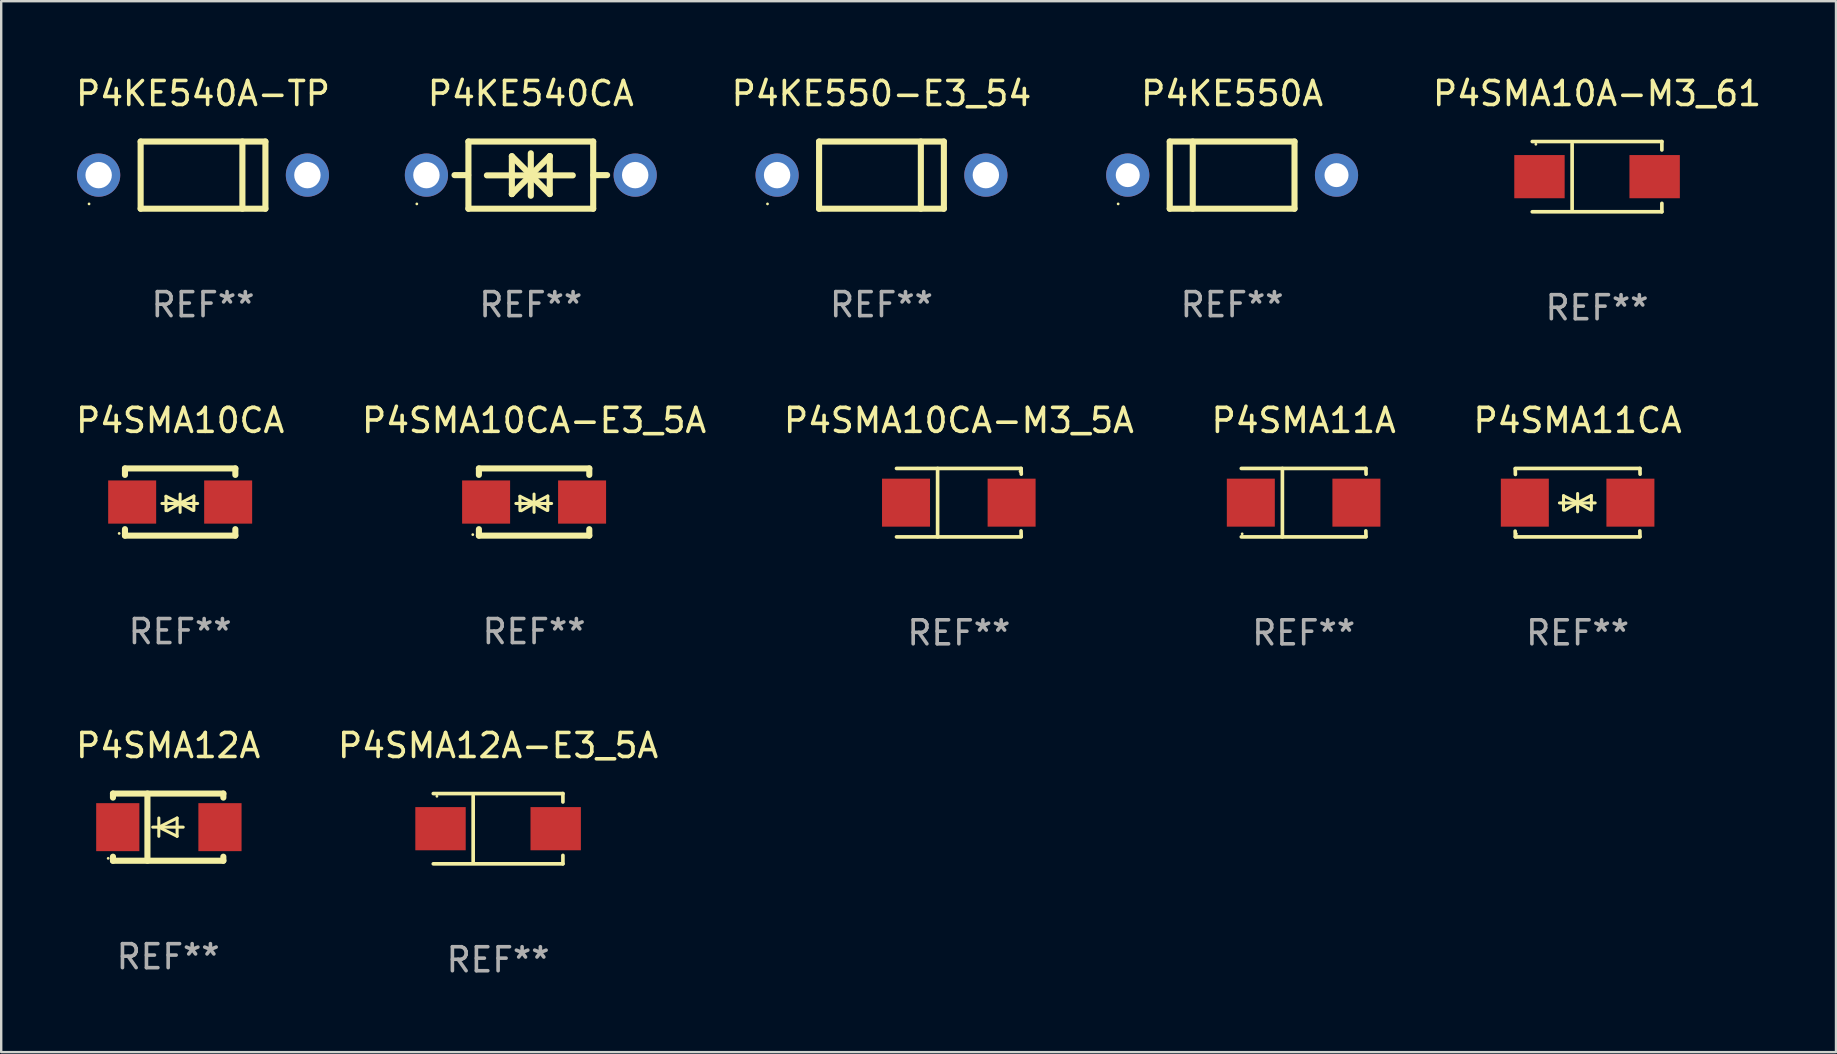
<source format=kicad_pcb>
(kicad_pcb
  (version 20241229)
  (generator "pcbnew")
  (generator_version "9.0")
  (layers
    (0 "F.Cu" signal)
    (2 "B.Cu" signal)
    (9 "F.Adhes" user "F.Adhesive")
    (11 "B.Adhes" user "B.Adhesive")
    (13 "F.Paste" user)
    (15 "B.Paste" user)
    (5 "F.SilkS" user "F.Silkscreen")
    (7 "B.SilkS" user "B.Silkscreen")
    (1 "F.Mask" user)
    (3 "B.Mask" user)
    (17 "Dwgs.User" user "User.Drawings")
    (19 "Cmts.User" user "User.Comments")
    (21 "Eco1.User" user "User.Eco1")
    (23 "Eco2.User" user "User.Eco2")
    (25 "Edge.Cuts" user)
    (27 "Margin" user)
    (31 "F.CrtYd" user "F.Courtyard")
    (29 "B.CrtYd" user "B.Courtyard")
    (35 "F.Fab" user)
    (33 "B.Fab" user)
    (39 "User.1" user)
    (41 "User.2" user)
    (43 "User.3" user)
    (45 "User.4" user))
  (footprint "P4SMA10CA-E3_5A"
    (layer "F.Cu")
    (at 19.208 17.872)
    (property "Reference" "P4SMA10CA-E3_5A" (at 0 -3.4 0) (layer "F.SilkS") (effects (font (size 1 1) (thickness 0.15))))
    (attr through_hole)
    (fp_line (start -2.3 -1.4) (end -2.3 -1.131) (stroke (width 0.254) (type solid)) (layer "F.SilkS"))
    (fp_line (start -2.3 -1.4) (end 2.3 -1.4) (stroke (width 0.254) (type solid)) (layer "F.SilkS"))
    (fp_line (start -2.3 1.131) (end -2.3 1.4) (stroke (width 0.254) (type solid)) (layer "F.SilkS"))
    (fp_line (start -2.3 1.4) (end 2.3 1.4) (stroke (width 0.254) (type solid)) (layer "F.SilkS"))
    (fp_line (start -0.76 0.06) (end 0.73 0.06) (stroke (width 0.127) (type solid)) (layer "F.SilkS"))
    (fp_line (start -0.59 -0.24) (end -0.59 0.36) (stroke (width 0.127) (type solid)) (layer "F.SilkS"))
    (fp_line (start -0.59 -0.24) (end -0.002 0.049) (stroke (width 0.127) (type solid)) (layer "F.SilkS"))
    (fp_line (start -0.53 0.36) (end -0.002 0.049) (stroke (width 0.127) (type solid)) (layer "F.SilkS"))
    (fp_line (start -0.002 0.049) (end -0.002 -0.332) (stroke (width 0.127) (type solid)) (layer "F.SilkS"))
    (fp_line (start -0.002 0.049) (end -0.002 0.43) (stroke (width 0.127) (type solid)) (layer "F.SilkS"))
    (fp_line (start 0.54 0.35) (end -0.002 0.049) (stroke (width 0.127) (type solid)) (layer "F.SilkS"))
    (fp_line (start 0.57 -0.25) (end -0.002 0.049) (stroke (width 0.127) (type solid)) (layer "F.SilkS"))
    (fp_line (start 0.57 -0.25) (end 0.57 0.35) (stroke (width 0.127) (type solid)) (layer "F.SilkS"))
    (fp_line (start 2.3 -1.4) (end 2.3 -1.131) (stroke (width 0.254) (type solid)) (layer "F.SilkS"))
    (fp_line (start 2.3 1.131) (end 2.3 1.4) (stroke (width 0.254) (type solid)) (layer "F.SilkS"))
    (fp_circle (center -2.555 1.358) (end -2.525 1.358) (stroke (width 0.06) (type solid)) (fill no) (layer "F.SilkS"))
    (fp_text user "REF**" (at 0 5.4 0) (layer "F.Fab") (effects (font (size 1 1) (thickness 0.15))))
    (pad "1" smd rect (at -2 -0.000025) (size 2 1.8) (layers "F.Cu" "F.Mask" "F.Paste"))
    (pad "2" smd rect (at 2 -0.000025) (size 2 1.8) (layers "F.Cu" "F.Mask" "F.Paste")))
  (footprint "P4SMA10A-M3_61"
    (layer "F.Cu")
    (at 63.506 4.312)
    (property "Reference" "P4SMA10A-M3_61" (at 0 -3.464 0) (layer "F.SilkS") (effects (font (size 1 1) (thickness 0.15))))
    (attr through_hole)
    (fp_line (start -2.701 -1.464) (end 2.701 -1.464) (stroke (width 0.152) (type solid)) (layer "F.SilkS"))
    (fp_line (start -2.701 1.464) (end 2.701 1.464) (stroke (width 0.152) (type solid)) (layer "F.SilkS"))
    (fp_line (start -1.039 -1.364) (end -1.039 1.364) (stroke (width 0.152) (type solid)) (layer "F.SilkS"))
    (fp_line (start 2.701 -1.464) (end 2.701 -1.113) (stroke (width 0.152) (type solid)) (layer "F.SilkS"))
    (fp_line (start 2.701 1.464) (end 2.701 1.113) (stroke (width 0.152) (type solid)) (layer "F.SilkS"))
    (fp_circle (center -2.55 -1.35) (end -2.52 -1.35) (stroke (width 0.06) (type solid)) (fill no) (layer "F.SilkS"))
    (fp_text user "REF**" (at 0 5.464 0) (layer "F.Fab") (effects (font (size 1 1) (thickness 0.15))))
    (pad "1" smd rect (at -2.4 0) (size 2.1 1.8) (layers "F.Cu" "F.Mask" "F.Paste"))
    (pad "2" smd rect (at 2.4 0) (size 2.1 1.8) (layers "F.Cu" "F.Mask" "F.Paste")))
  (footprint "P4SMA12A-E3_5A"
    (layer "F.Cu")
    (at 17.708 31.485)
    (property "Reference" "P4SMA12A-E3_5A" (at 0 -3.464 0) (layer "F.SilkS") (effects (font (size 1 1) (thickness 0.15))))
    (attr through_hole)
    (fp_line (start -2.701 -1.464) (end 2.701 -1.464) (stroke (width 0.152) (type solid)) (layer "F.SilkS"))
    (fp_line (start -2.701 1.464) (end 2.701 1.464) (stroke (width 0.152) (type solid)) (layer "F.SilkS"))
    (fp_line (start -1.039 -1.364) (end -1.039 1.364) (stroke (width 0.152) (type solid)) (layer "F.SilkS"))
    (fp_line (start 2.701 -1.464) (end 2.701 -1.113) (stroke (width 0.152) (type solid)) (layer "F.SilkS"))
    (fp_line (start 2.701 1.464) (end 2.701 1.113) (stroke (width 0.152) (type solid)) (layer "F.SilkS"))
    (fp_circle (center -2.55 -1.35) (end -2.52 -1.35) (stroke (width 0.06) (type solid)) (fill no) (layer "F.SilkS"))
    (fp_text user "REF**" (at 0 5.464 0) (layer "F.Fab") (effects (font (size 1 1) (thickness 0.15))))
    (pad "1" smd rect (at -2.4 0) (size 2.1 1.8) (layers "F.Cu" "F.Mask" "F.Paste"))
    (pad "2" smd rect (at 2.4 0) (size 2.1 1.8) (layers "F.Cu" "F.Mask" "F.Paste")))
  (footprint "P4SMA11A"
    (layer "F.Cu")
    (at 51.28 17.898)
    (property "Reference" "P4SMA11A" (at 0 -3.426 0) (layer "F.SilkS") (effects (font (size 1 1) (thickness 0.15))))
    (attr through_hole)
    (fp_line (start -2.6 -1.426) (end 2.593 -1.426) (stroke (width 0.152) (type solid)) (layer "F.SilkS"))
    (fp_line (start -2.6 1.426) (end 2.593 1.426) (stroke (width 0.152) (type solid)) (layer "F.SilkS"))
    (fp_line (start -0.887 -1.426) (end -0.887 1.426) (stroke (width 0.152) (type solid)) (layer "F.SilkS"))
    (fp_line (start 2.59 1.176) (end 2.597 1.415) (stroke (width 0.152) (type solid)) (layer "F.SilkS"))
    (fp_line (start 2.593 -1.426) (end 2.6 -1.187) (stroke (width 0.152) (type solid)) (layer "F.SilkS"))
    (fp_circle (center -2.563 1.3) (end -2.533 1.3) (stroke (width 0.06) (type solid)) (fill no) (layer "F.SilkS"))
    (fp_text user "REF**" (at 0 5.426 0) (layer "F.Fab") (effects (font (size 1 1) (thickness 0.15))))
    (pad "1" smd rect (at -2.203 -0.000025 180) (size 2 2) (layers "F.Cu" "F.Mask" "F.Paste"))
    (pad "2" smd rect (at 2.197 -0.000025 180) (size 2 2) (layers "F.Cu" "F.Mask" "F.Paste")))
  (footprint "P4SMA11CA"
    (layer "F.Cu")
    (at 62.696 17.898)
    (property "Reference" "P4SMA11CA" (at 0 -3.426 0) (layer "F.SilkS") (effects (font (size 1 1) (thickness 0.15))))
    (attr through_hole)
    (fp_line (start -2.596 -1.426) (end 2.596 -1.426) (stroke (width 0.152) (type solid)) (layer "F.SilkS"))
    (fp_line (start -2.596 1.426) (end -2.603 1.187) (stroke (width 0.152) (type solid)) (layer "F.SilkS"))
    (fp_line (start -2.596 1.426) (end 2.596 1.426) (stroke (width 0.152) (type solid)) (layer "F.SilkS"))
    (fp_line (start -2.593 -1.176) (end -2.6 -1.415) (stroke (width 0.152) (type solid)) (layer "F.SilkS"))
    (fp_line (start -0.758 0.011) (end 0.732 0.011) (stroke (width 0.127) (type solid)) (layer "F.SilkS"))
    (fp_line (start -0.588 -0.289) (end -0.588 0.311) (stroke (width 0.127) (type solid)) (layer "F.SilkS"))
    (fp_line (start -0.588 -0.289) (end 0 0) (stroke (width 0.127) (type solid)) (layer "F.SilkS"))
    (fp_line (start -0.528 0.311) (end 0 0) (stroke (width 0.127) (type solid)) (layer "F.SilkS"))
    (fp_line (start 0 0) (end 0 -0.381) (stroke (width 0.127) (type solid)) (layer "F.SilkS"))
    (fp_line (start 0 0) (end 0 0.381) (stroke (width 0.127) (type solid)) (layer "F.SilkS"))
    (fp_line (start 0.542 0.301) (end 0 0) (stroke (width 0.127) (type solid)) (layer "F.SilkS"))
    (fp_line (start 0.572 -0.299) (end 0 0) (stroke (width 0.127) (type solid)) (layer "F.SilkS"))
    (fp_line (start 0.572 -0.299) (end 0.572 0.301) (stroke (width 0.127) (type solid)) (layer "F.SilkS"))
    (fp_line (start 2.593 1.176) (end 2.6 1.415) (stroke (width 0.152) (type solid)) (layer "F.SilkS"))
    (fp_line (start 2.596 -1.426) (end 2.603 -1.187) (stroke (width 0.152) (type solid)) (layer "F.SilkS"))
    (fp_circle (center -2.55 1.3) (end -2.52 1.3) (stroke (width 0.06) (type solid)) (fill no) (layer "F.SilkS"))
    (fp_text user "REF**" (at 0 5.426 0) (layer "F.Fab") (effects (font (size 1 1) (thickness 0.15))))
    (pad "1" smd rect (at -2.2 0 180) (size 2 2) (layers "F.Cu" "F.Mask" "F.Paste"))
    (pad "2" smd rect (at 2.2 0 180) (size 2 2) (layers "F.Cu" "F.Mask" "F.Paste")))
  (footprint "P4KE540CA"
    (layer "F.Cu")
    (at 19.071 4.248)
    (property "Reference" "P4KE540CA" (at 0 -3.4 0) (layer "F.SilkS") (effects (font (size 1 1) (thickness 0.15))))
    (attr through_hole)
    (fp_line (start -2.61 0) (end -3.18 0) (stroke (width 0.254) (type solid)) (layer "F.SilkS"))
    (fp_line (start -2.6 1.4) (end -2.6 -1.4) (stroke (width 0.254) (type solid)) (layer "F.SilkS"))
    (fp_line (start -1.83 0.01) (end 1.75 0.01) (stroke (width 0.254) (type solid)) (layer "F.SilkS"))
    (fp_line (start -0.79 -0.79) (end -0.79 0.79) (stroke (width 0.254) (type solid)) (layer "F.SilkS"))
    (fp_line (start -0.79 0.79) (end -0.79 0.79) (stroke (width 0.254) (type solid)) (layer "F.SilkS"))
    (fp_line (start -0.79 0.79) (end 0.000025 0) (stroke (width 0.254) (type solid)) (layer "F.SilkS"))
    (fp_line (start 0 -0.91) (end 0 0.86) (stroke (width 0.254) (type solid)) (layer "F.SilkS"))
    (fp_line (start 0.000025 0) (end -0.79 -0.79) (stroke (width 0.254) (type solid)) (layer "F.SilkS"))
    (fp_line (start 0.000025 0) (end 0.79 0.79) (stroke (width 0.254) (type solid)) (layer "F.SilkS"))
    (fp_line (start 0.79 -0.79) (end 0.000025 0) (stroke (width 0.254) (type solid)) (layer "F.SilkS"))
    (fp_line (start 0.79 -0.79) (end 0.79 -0.79) (stroke (width 0.254) (type solid)) (layer "F.SilkS"))
    (fp_line (start 0.79 0.79) (end 0.79 -0.79) (stroke (width 0.254) (type solid)) (layer "F.SilkS"))
    (fp_line (start 2.6 -1.4) (end -2.6 -1.4) (stroke (width 0.254) (type solid)) (layer "F.SilkS"))
    (fp_line (start 2.6 1.4) (end -2.6 1.4) (stroke (width 0.254) (type solid)) (layer "F.SilkS"))
    (fp_line (start 2.6 1.4) (end 2.6 -1.4) (stroke (width 0.254) (type solid)) (layer "F.SilkS"))
    (fp_line (start 2.61 0) (end 3.18 0) (stroke (width 0.254) (type solid)) (layer "F.SilkS"))
    (fp_circle (center -4.75 1.2) (end -4.72 1.2) (stroke (width 0.06) (type solid)) (fill no) (layer "F.SilkS"))
    (fp_text user "REF**" (at 0 5.4 0) (layer "F.Fab") (effects (font (size 1 1) (thickness 0.15))))
    (pad "1" thru_hole circle (at -4.35 0) (size 1.8 1.8) (drill 1.1) (layers "*.Cu" "*.Mask"))
    (pad "2" thru_hole circle (at 4.35 0) (size 1.8 1.8) (drill 1.1) (layers "*.Cu" "*.Mask")))
  (footprint "P4SMA10CA"
    (layer "F.Cu")
    (at 4.458 17.872)
    (property "Reference" "P4SMA10CA" (at 0 -3.4 0) (layer "F.SilkS") (effects (font (size 1 1) (thickness 0.15))))
    (attr through_hole)
    (fp_line (start -2.3 -1.4) (end -2.3 -1.131) (stroke (width 0.254) (type solid)) (layer "F.SilkS"))
    (fp_line (start -2.3 -1.4) (end 2.3 -1.4) (stroke (width 0.254) (type solid)) (layer "F.SilkS"))
    (fp_line (start -2.3 1.131) (end -2.3 1.4) (stroke (width 0.254) (type solid)) (layer "F.SilkS"))
    (fp_line (start -2.3 1.4) (end 2.3 1.4) (stroke (width 0.254) (type solid)) (layer "F.SilkS"))
    (fp_line (start -0.76 0.06) (end 0.73 0.06) (stroke (width 0.127) (type solid)) (layer "F.SilkS"))
    (fp_line (start -0.59 -0.24) (end -0.59 0.36) (stroke (width 0.127) (type solid)) (layer "F.SilkS"))
    (fp_line (start -0.59 -0.24) (end -0.002 0.049) (stroke (width 0.127) (type solid)) (layer "F.SilkS"))
    (fp_line (start -0.53 0.36) (end -0.002 0.049) (stroke (width 0.127) (type solid)) (layer "F.SilkS"))
    (fp_line (start -0.002 0.049) (end -0.002 -0.332) (stroke (width 0.127) (type solid)) (layer "F.SilkS"))
    (fp_line (start -0.002 0.049) (end -0.002 0.43) (stroke (width 0.127) (type solid)) (layer "F.SilkS"))
    (fp_line (start 0.54 0.35) (end -0.002 0.049) (stroke (width 0.127) (type solid)) (layer "F.SilkS"))
    (fp_line (start 0.57 -0.25) (end -0.002 0.049) (stroke (width 0.127) (type solid)) (layer "F.SilkS"))
    (fp_line (start 0.57 -0.25) (end 0.57 0.35) (stroke (width 0.127) (type solid)) (layer "F.SilkS"))
    (fp_line (start 2.3 -1.4) (end 2.3 -1.131) (stroke (width 0.254) (type solid)) (layer "F.SilkS"))
    (fp_line (start 2.3 1.131) (end 2.3 1.4) (stroke (width 0.254) (type solid)) (layer "F.SilkS"))
    (fp_circle (center -2.542 1.308) (end -2.512 1.308) (stroke (width 0.06) (type solid)) (fill no) (layer "F.SilkS"))
    (fp_text user "REF**" (at 0 5.4 0) (layer "F.Fab") (effects (font (size 1 1) (thickness 0.15))))
    (pad "1" smd rect (at -2 0) (size 2 1.8) (layers "F.Cu" "F.Mask" "F.Paste"))
    (pad "2" smd rect (at 2 0) (size 2 1.8) (layers "F.Cu" "F.Mask" "F.Paste")))
  (footprint "P4SMA10CA-M3_5A"
    (layer "F.Cu")
    (at 36.911 17.898)
    (property "Reference" "P4SMA10CA-M3_5A" (at 0 -3.426 0) (layer "F.SilkS") (effects (font (size 1 1) (thickness 0.15))))
    (attr through_hole)
    (fp_line (start -2.6 -1.426) (end 2.593 -1.426) (stroke (width 0.152) (type solid)) (layer "F.SilkS"))
    (fp_line (start -2.6 1.426) (end 2.593 1.426) (stroke (width 0.152) (type solid)) (layer "F.SilkS"))
    (fp_line (start -0.887 -1.426) (end -0.887 1.426) (stroke (width 0.152) (type solid)) (layer "F.SilkS"))
    (fp_line (start 2.59 1.176) (end 2.597 1.415) (stroke (width 0.152) (type solid)) (layer "F.SilkS"))
    (fp_line (start 2.593 -1.426) (end 2.6 -1.187) (stroke (width 0.152) (type solid)) (layer "F.SilkS"))
    (fp_circle (center 2.547 -1.3) (end 2.577 -1.3) (stroke (width 0.06) (type solid)) (fill no) (layer "F.SilkS"))
    (fp_text user "REF**" (at 0 5.426 0) (layer "F.Fab") (effects (font (size 1 1) (thickness 0.15))))
    (pad "1" smd rect (at 2.197 -0.000025 180) (size 2 2) (layers "F.Cu" "F.Mask" "F.Paste"))
    (pad "2" smd rect (at -2.203 -0.000025 180) (size 2 2) (layers "F.Cu" "F.Mask" "F.Paste")))
  (footprint "P4KE550-E3_54"
    (layer "F.Cu")
    (at 33.685 4.248)
    (property "Reference" "P4KE550-E3_54" (at 0 -3.4 0) (layer "F.SilkS") (effects (font (size 1 1) (thickness 0.15))))
    (attr through_hole)
    (fp_line (start -2.6 1.4) (end -2.6 -1.4) (stroke (width 0.254) (type solid)) (layer "F.SilkS"))
    (fp_line (start 1.641 1.4) (end 1.641 -1.4) (stroke (width 0.254) (type solid)) (layer "F.SilkS"))
    (fp_line (start 2.6 -1.4) (end -2.6 -1.4) (stroke (width 0.254) (type solid)) (layer "F.SilkS"))
    (fp_line (start 2.6 1.4) (end -2.6 1.4) (stroke (width 0.254) (type solid)) (layer "F.SilkS"))
    (fp_line (start 2.6 1.4) (end 2.6 -1.4) (stroke (width 0.254) (type solid)) (layer "F.SilkS"))
    (fp_circle (center -4.75 1.2) (end -4.72 1.2) (stroke (width 0.06) (type solid)) (fill no) (layer "F.SilkS"))
    (fp_text user "REF**" (at 0 5.4 0) (layer "F.Fab") (effects (font (size 1 1) (thickness 0.15))))
    (pad "1" thru_hole circle (at -4.35 0) (size 1.8 1.8) (drill 1.1) (layers "*.Cu" "*.Mask"))
    (pad "2" thru_hole circle (at 4.35 0) (size 1.8 1.8) (drill 1.1) (layers "*.Cu" "*.Mask")))
  (footprint "P4KE540A-TP"
    (layer "F.Cu")
    (at 5.411 4.248)
    (property "Reference" "P4KE540A-TP" (at 0 -3.4 0) (layer "F.SilkS") (effects (font (size 1 1) (thickness 0.15))))
    (attr through_hole)
    (fp_line (start -2.6 1.4) (end -2.6 -1.4) (stroke (width 0.254) (type solid)) (layer "F.SilkS"))
    (fp_line (start 1.641 1.4) (end 1.641 -1.4) (stroke (width 0.254) (type solid)) (layer "F.SilkS"))
    (fp_line (start 2.6 -1.4) (end -2.6 -1.4) (stroke (width 0.254) (type solid)) (layer "F.SilkS"))
    (fp_line (start 2.6 1.4) (end -2.6 1.4) (stroke (width 0.254) (type solid)) (layer "F.SilkS"))
    (fp_line (start 2.6 1.4) (end 2.6 -1.4) (stroke (width 0.254) (type solid)) (layer "F.SilkS"))
    (fp_circle (center -4.75 1.2) (end -4.72 1.2) (stroke (width 0.06) (type solid)) (fill no) (layer "F.SilkS"))
    (fp_text user "REF**" (at 0 5.4 0) (layer "F.Fab") (effects (font (size 1 1) (thickness 0.15))))
    (pad "1" thru_hole circle (at -4.35 0) (size 1.8 1.8) (drill 1.1) (layers "*.Cu" "*.Mask"))
    (pad "2" thru_hole circle (at 4.35 0) (size 1.8 1.8) (drill 1.1) (layers "*.Cu" "*.Mask")))
  (footprint "P4KE550A"
    (layer "F.Cu")
    (at 48.298 4.248)
    (property "Reference" "P4KE550A" (at 0 -3.4 0) (layer "F.SilkS") (effects (font (size 1 1) (thickness 0.15))))
    (attr through_hole)
    (fp_line (start -2.6 -1.4) (end -2.6 1.4) (stroke (width 0.254) (type solid)) (layer "F.SilkS"))
    (fp_line (start -2.6 -1.4) (end 2.6 -1.4) (stroke (width 0.254) (type solid)) (layer "F.SilkS"))
    (fp_line (start -2.6 1.4) (end 2.6 1.4) (stroke (width 0.254) (type solid)) (layer "F.SilkS"))
    (fp_line (start -1.641 -1.4) (end -1.641 1.4) (stroke (width 0.254) (type solid)) (layer "F.SilkS"))
    (fp_line (start 2.6 -1.4) (end 2.6 1.4) (stroke (width 0.254) (type solid)) (layer "F.SilkS"))
    (fp_circle (center -4.75 1.2) (end -4.72 1.2) (stroke (width 0.06) (type solid)) (fill no) (layer "F.SilkS"))
    (fp_text user "REF**" (at 0 5.4 0) (layer "F.Fab") (effects (font (size 1 1) (thickness 0.15))))
    (pad "1" thru_hole circle (at -4.35 0) (size 1.8 1.8) (drill 1) (layers "*.Cu" "*.Mask"))
    (pad "2" thru_hole circle (at 4.35 0) (size 1.8 1.8) (drill 1) (layers "*.Cu" "*.Mask")))
  (footprint "P4SMA12A"
    (layer "F.Cu")
    (at 3.958 31.421)
    (property "Reference" "P4SMA12A" (at 0 -3.4 0) (layer "F.SilkS") (effects (font (size 1 1) (thickness 0.15))))
    (attr through_hole)
    (fp_line (start -2.3 -1.4) (end -2.3 -1.231) (stroke (width 0.254) (type solid)) (layer "F.SilkS"))
    (fp_line (start -2.3 -1.4) (end 2.3 -1.4) (stroke (width 0.254) (type solid)) (layer "F.SilkS"))
    (fp_line (start -2.3 1.231) (end -2.3 1.4) (stroke (width 0.254) (type solid)) (layer "F.SilkS"))
    (fp_line (start -2.3 1.4) (end 2.3 1.4) (stroke (width 0.254) (type solid)) (layer "F.SilkS"))
    (fp_line (start -0.864 1.4) (end -0.864 -1.4) (stroke (width 0.254) (type solid)) (layer "F.SilkS"))
    (fp_line (start -0.389 0) (end -0.389 -0.381) (stroke (width 0.127) (type solid)) (layer "F.SilkS"))
    (fp_line (start -0.389 0) (end -0.389 0.381) (stroke (width 0.127) (type solid)) (layer "F.SilkS"))
    (fp_line (start 0.373 -0.381) (end -0.389 0) (stroke (width 0.127) (type solid)) (layer "F.SilkS"))
    (fp_line (start 0.373 0) (end 0.373 -0.381) (stroke (width 0.127) (type solid)) (layer "F.SilkS"))
    (fp_line (start 0.373 0) (end 0.373 0.381) (stroke (width 0.127) (type solid)) (layer "F.SilkS"))
    (fp_line (start 0.373 0.381) (end -0.389 0) (stroke (width 0.127) (type solid)) (layer "F.SilkS"))
    (fp_line (start 0.627 0) (end -0.643 0) (stroke (width 0.127) (type solid)) (layer "F.SilkS"))
    (fp_line (start 2.3 -1.4) (end 2.3 -1.231) (stroke (width 0.254) (type solid)) (layer "F.SilkS"))
    (fp_line (start 2.3 1.231) (end 2.3 1.4) (stroke (width 0.254) (type solid)) (layer "F.SilkS"))
    (fp_circle (center -2.5 1.3) (end -2.47 1.3) (stroke (width 0.06) (type solid)) (fill no) (layer "F.SilkS"))
    (fp_text user "REF**" (at 0 5.4 0) (layer "F.Fab") (effects (font (size 1 1) (thickness 0.15))))
    (pad "1" smd rect (at -2.1 0 180) (size 1.8 2) (layers "F.Cu" "F.Mask" "F.Paste"))
    (pad "2" smd rect (at 2.159 0 180) (size 1.8 2) (layers "F.Cu" "F.Mask" "F.Paste")))
  (gr_rect
    (start -3 -3)
    (end 73.464 40.797)
    (stroke (width 0.1) (type default))
    (fill no)
    (layer "Edge.Cuts")))
</source>
